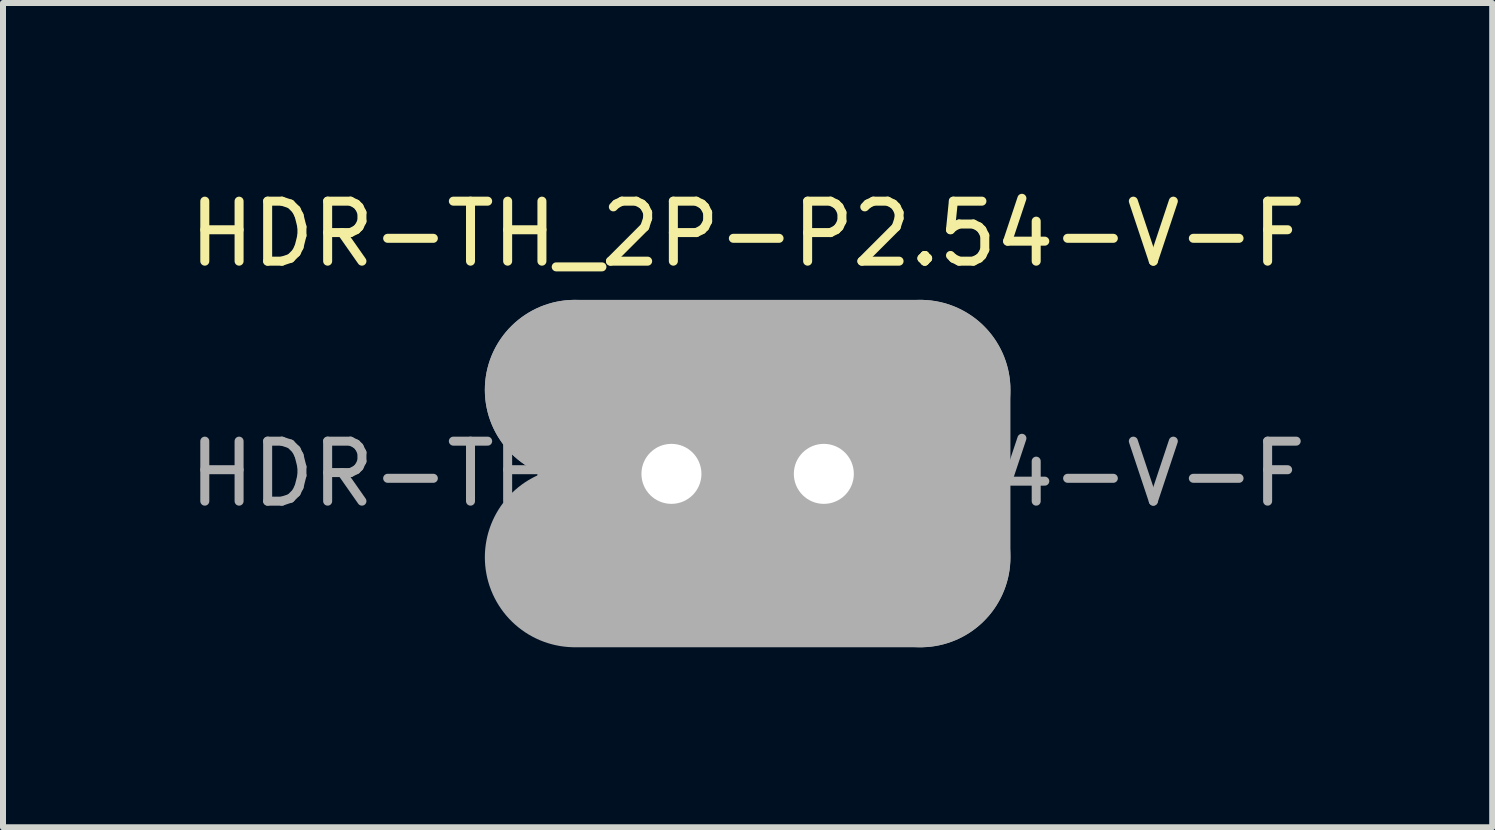
<source format=kicad_pcb>
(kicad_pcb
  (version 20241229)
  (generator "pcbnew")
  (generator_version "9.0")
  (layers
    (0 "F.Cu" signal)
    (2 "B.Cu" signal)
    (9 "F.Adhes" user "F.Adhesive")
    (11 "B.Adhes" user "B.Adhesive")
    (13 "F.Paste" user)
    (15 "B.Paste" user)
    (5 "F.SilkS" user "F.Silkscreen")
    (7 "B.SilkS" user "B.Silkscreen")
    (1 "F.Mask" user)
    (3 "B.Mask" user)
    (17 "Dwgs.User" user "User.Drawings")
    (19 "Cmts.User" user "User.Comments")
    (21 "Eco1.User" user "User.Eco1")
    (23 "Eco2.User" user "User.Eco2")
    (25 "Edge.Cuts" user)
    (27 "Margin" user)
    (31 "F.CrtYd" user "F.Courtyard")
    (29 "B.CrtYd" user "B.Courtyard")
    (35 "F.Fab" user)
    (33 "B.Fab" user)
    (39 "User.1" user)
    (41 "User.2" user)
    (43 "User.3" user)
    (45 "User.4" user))
  (footprint "HDR-TH_2P-P2.54-V-F"
    (layer "F.Cu")
    (at 9.411 4.848)
    (property "Reference" "HDR-TH_2P-P2.54-V-F" (at 0 -4 0) (layer "F.SilkS") (effects (font (size 1 1) (thickness 0.15))))
    (attr through_hole)
    (fp_line (start -2.65 -1.13) (end -2.65 1.15) (stroke (width 0.25) (type solid)) (layer "F.SilkS"))
    (fp_line (start -2.605 -1.14) (end 2.6 -1.14) (stroke (width 0.25) (type solid)) (layer "F.SilkS"))
    (fp_line (start -2.605 1.15) (end 2.6 1.15) (stroke (width 0.25) (type solid)) (layer "F.SilkS"))
    (fp_line (start 2.6 -1.13) (end 2.6 1.15) (stroke (width 0.25) (type solid)) (layer "F.SilkS"))
    (fp_line (start -2.88 -1.4) (end -2.88 -1.4) (stroke (width 3) (type solid)) (layer "F.Fab"))
    (fp_line (start -2.88 -1.4) (end 2.88 -1.4) (stroke (width 3) (type solid)) (layer "F.Fab"))
    (fp_line (start 2.88 -1.4) (end 2.88 1.39) (stroke (width 3) (type solid)) (layer "F.Fab"))
    (fp_line (start 2.88 1.39) (end -2.88 1.39) (stroke (width 3) (type solid)) (layer "F.Fab"))
    (fp_circle (center -2.74 1.25) (end -2.71 1.25) (stroke (width 0.06) (type solid)) (fill no) (layer "F.Fab"))
    (fp_text user "${REFERENCE}" (at 0 0 0) (layer "F.Fab") (effects (font (size 1 1) (thickness 0.15))))
    (pad "1" thru_hole rect (at -1.27 0) (size 1.7 1.7) (drill 1) (layers "*.Cu" "*.Mask"))
    (pad "2" thru_hole circle (at 1.27 0) (size 1.7 1.7) (drill 1) (layers "*.Cu" "*.Mask")))
  (gr_rect
    (start -3 -3)
    (end 21.821 10.738)
    (stroke (width 0.1) (type default))
    (fill no)
    (layer "Edge.Cuts")))
</source>
